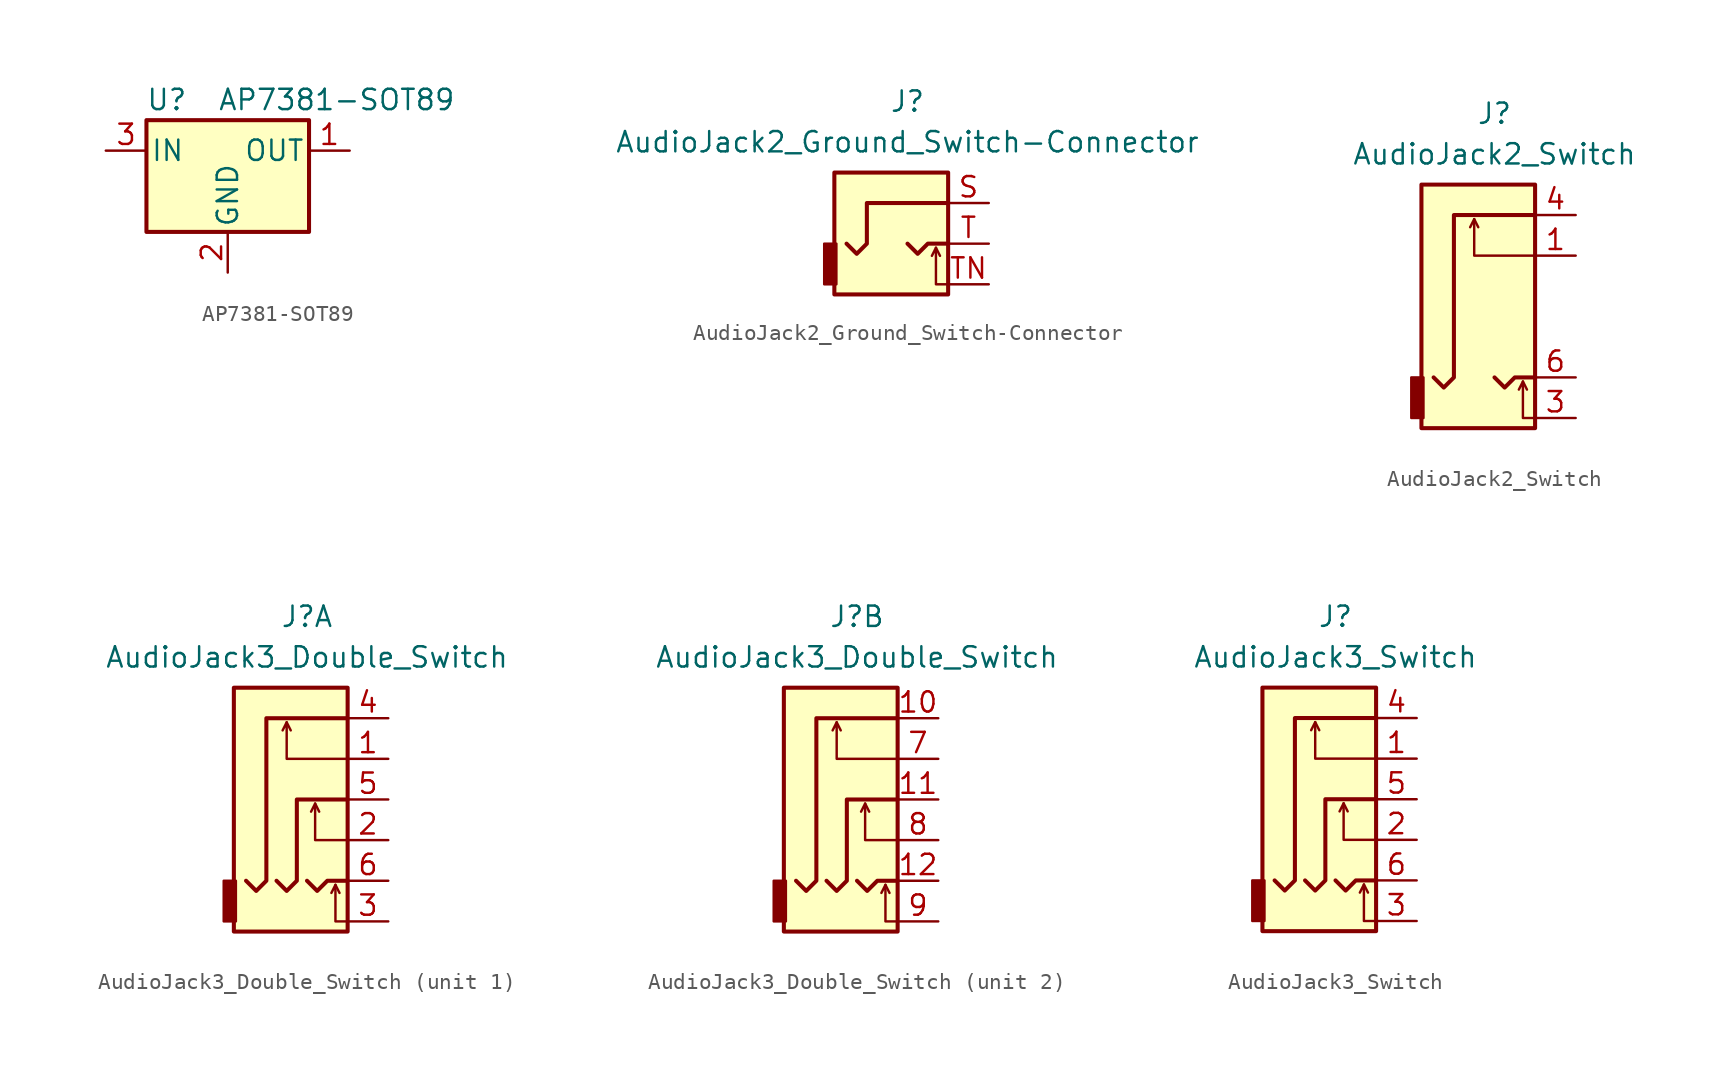
<source format=kicad_sym>
(kicad_symbol_lib
  (version 20211014)
  (generator kicad_symbol_editor)
  (symbol "AP7381-SOT89"
    (pin_names
      (offset 0.254))
    (property "Reference" "U"
      (at -3.81 3.175 0)
      (effects (font (size 1.27 1.27))))
    (property "Value" "AP7381-SOT89"
      (at -0.635 3.175 0)
      (effects (font (size 1.27 1.27)) (justify left)))
    (symbol "AP7381-SOT89_0_1"
      (rectangle (start -5.08 1.905) (end 5.08 -5.08) (stroke (width 0.254) (type default) (color 0 0 0 0)) (fill (type background))))
    (symbol "AP7381-SOT89_1_1"
      (pin power_out line (at 7.62 0 180) (length 2.54) (name "OUT" (effects (font (size 1.27 1.27)))) (number "1" (effects (font (size 1.27 1.27)))))
      (pin power_in line (at 0 -7.62 90) (length 2.54) (name "GND" (effects (font (size 1.27 1.27)))) (number "2" (effects (font (size 1.27 1.27)))))
      (pin power_in line (at -7.62 0 0) (length 2.54) (name "IN" (effects (font (size 1.27 1.27)))) (number "3" (effects (font (size 1.27 1.27)))))))
  (symbol "AudioJack2_Ground_Switch-Connector"
    (pin_names
      (offset 1.016))
    (property "Reference" "J"
      (at 0 8.89 0)
      (effects (font (size 1.27 1.27))))
    (property "Value" "AudioJack2_Ground_Switch-Connector"
      (at 0 6.35 0)
      (effects (font (size 1.27 1.27))))
    (symbol "AudioJack2_Ground_Switch-Connector_0_1"
      (rectangle (start -4.445 -2.54) (end -5.207 0) (stroke (width 0) (type default) (color 0 0 0 0)) (fill (type outline)))
      (polyline (pts (xy 1.778 -0.254) (xy 2.032 -0.762)) (stroke (width 0) (type default) (color 0 0 0 0)) (fill (type none)))
      (polyline (pts (xy 0 0) (xy 0.635 -0.635) (xy 1.27 0) (xy 2.54 0)) (stroke (width 0.254) (type default) (color 0 0 0 0)) (fill (type none)))
      (polyline (pts (xy 2.54 -2.54) (xy 1.778 -2.54) (xy 1.778 -0.254) (xy 1.524 -0.762)) (stroke (width 0) (type default) (color 0 0 0 0)) (fill (type none)))
      (polyline (pts (xy 2.54 2.54) (xy -2.54 2.54) (xy -2.54 0) (xy -3.175 -0.635) (xy -3.81 0)) (stroke (width 0.254) (type default) (color 0 0 0 0)) (fill (type none)))
      (rectangle (start 2.54 -3.175) (end -4.572 4.445) (stroke (width 0.254) (type default) (color 0 0 0 0)) (fill (type background))))
    (symbol "AudioJack2_Ground_Switch-Connector_1_1"
      (pin passive line (at 5.08 2.54 180) (length 2.54) (name "~" (effects (font (size 1.27 1.27)))) (number "S" (effects (font (size 1.27 1.27)))))
      (pin passive line (at 5.08 0 180) (length 2.54) (name "~" (effects (font (size 1.27 1.27)))) (number "T" (effects (font (size 1.27 1.27)))))
      (pin passive line (at 5.08 -2.54 180) (length 2.54) (name "~" (effects (font (size 1.27 1.27)))) (number "TN" (effects (font (size 1.27 1.27)))))))
  (symbol "AudioJack2_Switch"
    (pin_names
      (offset 1.016))
    (property "Reference" "J"
      (at 0 11.43 0)
      (effects (font (size 1.27 1.27))))
    (property "Value" "AudioJack2_Switch"
      (at 0 8.89 0)
      (effects (font (size 1.27 1.27))))
    (symbol "AudioJack2_Switch_0_1"
      (rectangle (start -4.445 -7.62) (end -5.207 -5.08) (stroke (width 0) (type default) (color 0 0 0 0)) (fill (type outline)))
      (polyline (pts (xy -1.27 4.826) (xy -1.016 4.318)) (stroke (width 0) (type default) (color 0 0 0 0)) (fill (type none)))
      (polyline (pts (xy 1.778 -5.334) (xy 2.032 -5.842)) (stroke (width 0) (type default) (color 0 0 0 0)) (fill (type none)))
      (polyline (pts (xy 0 -5.08) (xy 0.635 -5.715) (xy 1.27 -5.08) (xy 2.54 -5.08)) (stroke (width 0.254) (type default) (color 0 0 0 0)) (fill (type none)))
      (polyline (pts (xy 2.54 -7.62) (xy 1.778 -7.62) (xy 1.778 -5.334) (xy 1.524 -5.842)) (stroke (width 0) (type default) (color 0 0 0 0)) (fill (type none)))
      (polyline (pts (xy 2.54 2.54) (xy -1.27 2.54) (xy -1.27 4.826) (xy -1.524 4.318)) (stroke (width 0) (type default) (color 0 0 0 0)) (fill (type none)))
      (polyline (pts (xy 2.54 5.08) (xy -2.54 5.08) (xy -2.54 -5.08) (xy -3.175 -5.715) (xy -3.81 -5.08)) (stroke (width 0.254) (type default) (color 0 0 0 0)) (fill (type none)))
      (rectangle (start 2.54 -8.255) (end -4.572 6.985) (stroke (width 0.254) (type default) (color 0 0 0 0)) (fill (type background))))
    (symbol "AudioJack2_Switch_1_1"
      (pin passive line (at 5.08 2.54 180) (length 2.54) (name "~" (effects (font (size 1.27 1.27)))) (number "1" (effects (font (size 1.27 1.27)))))
      (pin passive line (at 5.08 -7.62 180) (length 2.54) (name "~" (effects (font (size 1.27 1.27)))) (number "3" (effects (font (size 1.27 1.27)))))
      (pin passive line (at 5.08 5.08 180) (length 2.54) (name "~" (effects (font (size 1.27 1.27)))) (number "4" (effects (font (size 1.27 1.27)))))
      (pin passive line (at 5.08 -5.08 180) (length 2.54) (name "~" (effects (font (size 1.27 1.27)))) (number "6" (effects (font (size 1.27 1.27)))))))
  (symbol "AudioJack3_Double_Switch"
    (pin_names
      (offset 1.016))
    (property "Reference" "J"
      (at 0 11.43 0)
      (effects (font (size 1.27 1.27))))
    (property "Value" "AudioJack3_Double_Switch"
      (at 0 8.89 0)
      (effects (font (size 1.27 1.27))))
    (symbol "AudioJack3_Double_Switch_0_1"
      (rectangle (start -4.445 -7.62) (end -5.207 -5.08) (stroke (width 0) (type default) (color 0 0 0 0)) (fill (type outline)))
      (polyline (pts (xy -1.27 4.826) (xy -1.016 4.318)) (stroke (width 0) (type default) (color 0 0 0 0)) (fill (type none)))
      (polyline (pts (xy 0.508 -0.254) (xy 0.762 -0.762)) (stroke (width 0) (type default) (color 0 0 0 0)) (fill (type none)))
      (polyline (pts (xy 1.778 -5.334) (xy 2.032 -5.842)) (stroke (width 0) (type default) (color 0 0 0 0)) (fill (type none)))
      (polyline (pts (xy 0 -5.08) (xy 0.635 -5.715) (xy 1.27 -5.08) (xy 2.54 -5.08)) (stroke (width 0.254) (type default) (color 0 0 0 0)) (fill (type none)))
      (polyline (pts (xy 2.54 -7.62) (xy 1.778 -7.62) (xy 1.778 -5.334) (xy 1.524 -5.842)) (stroke (width 0) (type default) (color 0 0 0 0)) (fill (type none)))
      (polyline (pts (xy 2.54 -2.54) (xy 0.508 -2.54) (xy 0.508 -0.254) (xy 0.254 -0.762)) (stroke (width 0) (type default) (color 0 0 0 0)) (fill (type none)))
      (polyline (pts (xy 2.54 2.54) (xy -1.27 2.54) (xy -1.27 4.826) (xy -1.524 4.318)) (stroke (width 0) (type default) (color 0 0 0 0)) (fill (type none)))
      (polyline (pts (xy -1.905 -5.08) (xy -1.27 -5.715) (xy -0.635 -5.08) (xy -0.635 0) (xy 2.54 0)) (stroke (width 0.254) (type default) (color 0 0 0 0)) (fill (type none)))
      (polyline (pts (xy 2.54 5.08) (xy -2.54 5.08) (xy -2.54 -5.08) (xy -3.175 -5.715) (xy -3.81 -5.08)) (stroke (width 0.254) (type default) (color 0 0 0 0)) (fill (type none)))
      (rectangle (start 2.54 -8.255) (end -4.572 6.985) (stroke (width 0.254) (type default) (color 0 0 0 0)) (fill (type background))))
    (symbol "AudioJack3_Double_Switch_1_1"
      (pin passive line (at 5.08 2.54 180) (length 2.54) (name "~" (effects (font (size 1.27 1.27)))) (number "1" (effects (font (size 1.27 1.27)))))
      (pin passive line (at 5.08 -2.54 180) (length 2.54) (name "~" (effects (font (size 1.27 1.27)))) (number "2" (effects (font (size 1.27 1.27)))))
      (pin passive line (at 5.08 -7.62 180) (length 2.54) (name "~" (effects (font (size 1.27 1.27)))) (number "3" (effects (font (size 1.27 1.27)))))
      (pin passive line (at 5.08 5.08 180) (length 2.54) (name "~" (effects (font (size 1.27 1.27)))) (number "4" (effects (font (size 1.27 1.27)))))
      (pin passive line (at 5.08 0 180) (length 2.54) (name "~" (effects (font (size 1.27 1.27)))) (number "5" (effects (font (size 1.27 1.27)))))
      (pin passive line (at 5.08 -5.08 180) (length 2.54) (name "~" (effects (font (size 1.27 1.27)))) (number "6" (effects (font (size 1.27 1.27))))))
    (symbol "AudioJack3_Double_Switch_2_1"
      (pin passive line (at 5.08 5.08 180) (length 2.54) (name "~" (effects (font (size 1.27 1.27)))) (number "10" (effects (font (size 1.27 1.27)))))
      (pin passive line (at 5.08 0 180) (length 2.54) (name "~" (effects (font (size 1.27 1.27)))) (number "11" (effects (font (size 1.27 1.27)))))
      (pin passive line (at 5.08 -5.08 180) (length 2.54) (name "~" (effects (font (size 1.27 1.27)))) (number "12" (effects (font (size 1.27 1.27)))))
      (pin passive line (at 5.08 2.54 180) (length 2.54) (name "~" (effects (font (size 1.27 1.27)))) (number "7" (effects (font (size 1.27 1.27)))))
      (pin passive line (at 5.08 -2.54 180) (length 2.54) (name "~" (effects (font (size 1.27 1.27)))) (number "8" (effects (font (size 1.27 1.27)))))
      (pin passive line (at 5.08 -7.62 180) (length 2.54) (name "~" (effects (font (size 1.27 1.27)))) (number "9" (effects (font (size 1.27 1.27)))))))
  (symbol "AudioJack3_Switch"
    (pin_names
      (offset 1.016))
    (property "Reference" "J"
      (at 0 11.43 0)
      (effects (font (size 1.27 1.27))))
    (property "Value" "AudioJack3_Switch"
      (at 0 8.89 0)
      (effects (font (size 1.27 1.27))))
    (symbol "AudioJack3_Switch_0_1"
      (rectangle (start -4.445 -7.62) (end -5.207 -5.08) (stroke (width 0) (type default) (color 0 0 0 0)) (fill (type outline)))
      (polyline (pts (xy -1.27 4.826) (xy -1.016 4.318)) (stroke (width 0) (type default) (color 0 0 0 0)) (fill (type none)))
      (polyline (pts (xy 0.508 -0.254) (xy 0.762 -0.762)) (stroke (width 0) (type default) (color 0 0 0 0)) (fill (type none)))
      (polyline (pts (xy 1.778 -5.334) (xy 2.032 -5.842)) (stroke (width 0) (type default) (color 0 0 0 0)) (fill (type none)))
      (polyline (pts (xy 0 -5.08) (xy 0.635 -5.715) (xy 1.27 -5.08) (xy 2.54 -5.08)) (stroke (width 0.254) (type default) (color 0 0 0 0)) (fill (type none)))
      (polyline (pts (xy 2.54 -7.62) (xy 1.778 -7.62) (xy 1.778 -5.334) (xy 1.524 -5.842)) (stroke (width 0) (type default) (color 0 0 0 0)) (fill (type none)))
      (polyline (pts (xy 2.54 -2.54) (xy 0.508 -2.54) (xy 0.508 -0.254) (xy 0.254 -0.762)) (stroke (width 0) (type default) (color 0 0 0 0)) (fill (type none)))
      (polyline (pts (xy 2.54 2.54) (xy -1.27 2.54) (xy -1.27 4.826) (xy -1.524 4.318)) (stroke (width 0) (type default) (color 0 0 0 0)) (fill (type none)))
      (polyline (pts (xy -1.905 -5.08) (xy -1.27 -5.715) (xy -0.635 -5.08) (xy -0.635 0) (xy 2.54 0)) (stroke (width 0.254) (type default) (color 0 0 0 0)) (fill (type none)))
      (polyline (pts (xy 2.54 5.08) (xy -2.54 5.08) (xy -2.54 -5.08) (xy -3.175 -5.715) (xy -3.81 -5.08)) (stroke (width 0.254) (type default) (color 0 0 0 0)) (fill (type none)))
      (rectangle (start 2.54 -8.255) (end -4.572 6.985) (stroke (width 0.254) (type default) (color 0 0 0 0)) (fill (type background))))
    (symbol "AudioJack3_Switch_1_1"
      (pin passive line (at 5.08 2.54 180) (length 2.54) (name "~" (effects (font (size 1.27 1.27)))) (number "1" (effects (font (size 1.27 1.27)))))
      (pin passive line (at 5.08 -2.54 180) (length 2.54) (name "~" (effects (font (size 1.27 1.27)))) (number "2" (effects (font (size 1.27 1.27)))))
      (pin passive line (at 5.08 -7.62 180) (length 2.54) (name "~" (effects (font (size 1.27 1.27)))) (number "3" (effects (font (size 1.27 1.27)))))
      (pin passive line (at 5.08 5.08 180) (length 2.54) (name "~" (effects (font (size 1.27 1.27)))) (number "4" (effects (font (size 1.27 1.27)))))
      (pin passive line (at 5.08 0 180) (length 2.54) (name "~" (effects (font (size 1.27 1.27)))) (number "5" (effects (font (size 1.27 1.27)))))
      (pin passive line (at 5.08 -5.08 180) (length 2.54) (name "~" (effects (font (size 1.27 1.27)))) (number "6" (effects (font (size 1.27 1.27))))))))
</source>
